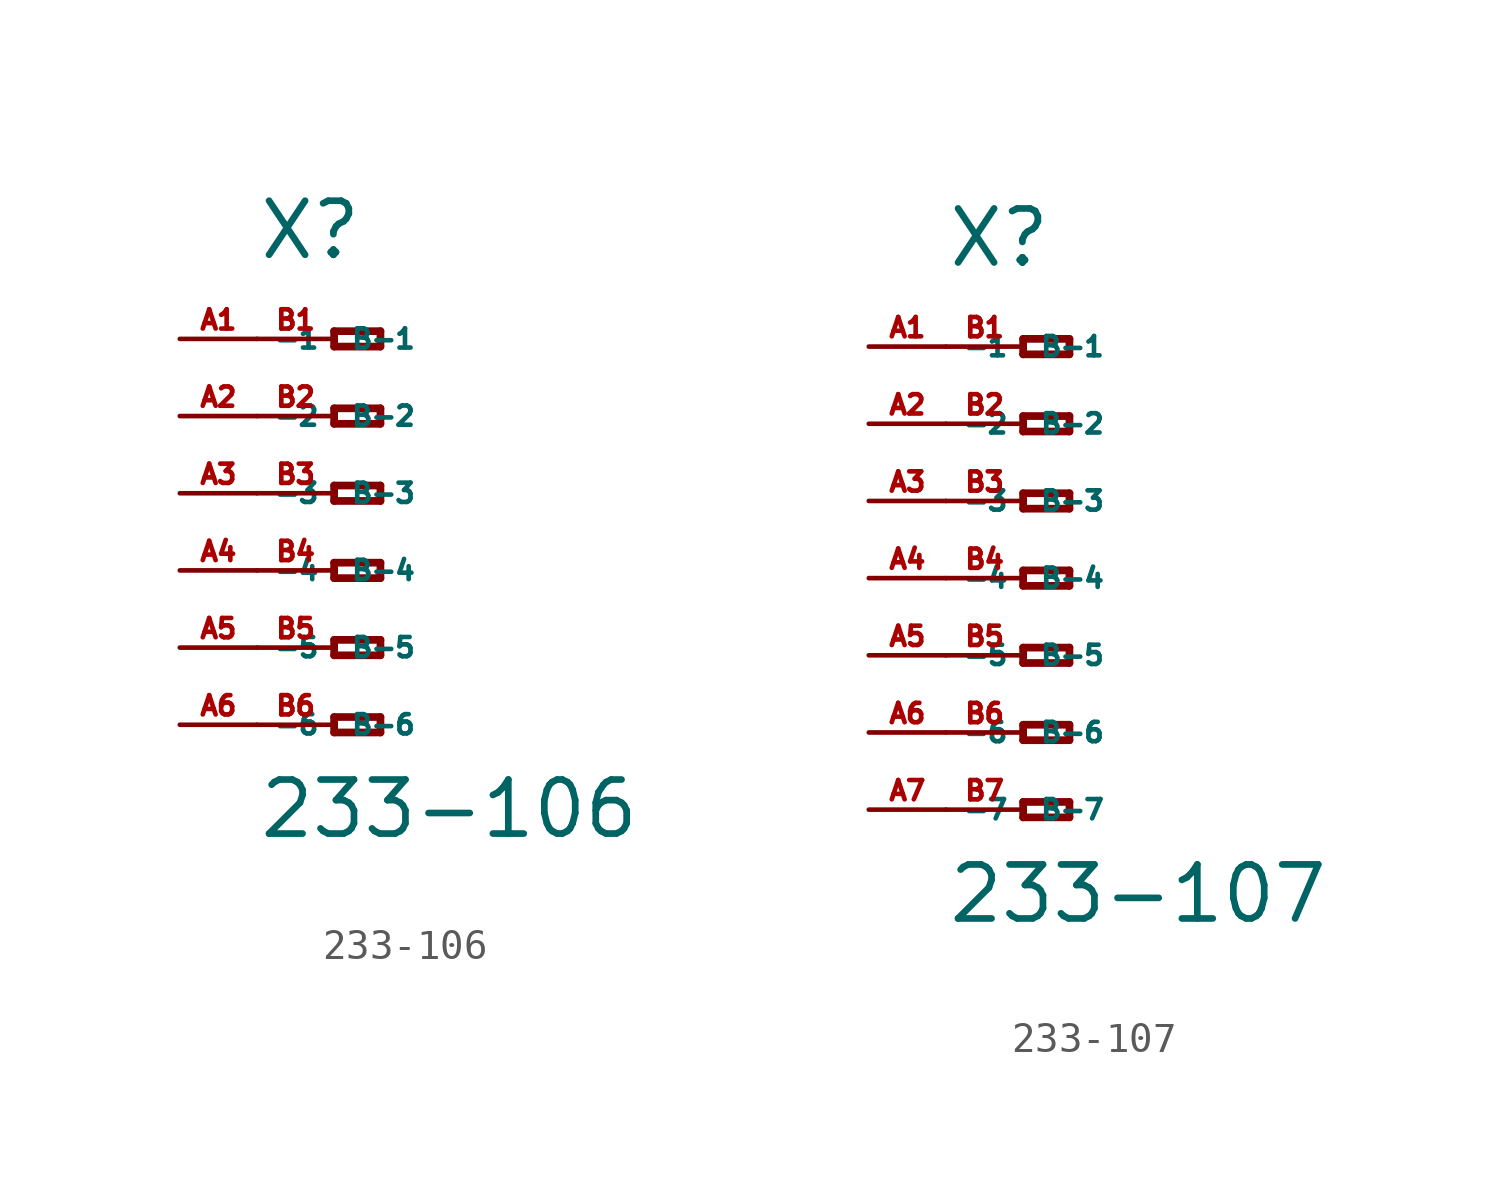
<source format=kicad_sym>
(kicad_symbol_lib
  (version 20220914)
  (generator Eagle2Kicad)
  (symbol "233-106"
    (property "Reference" "X"
      (at -5.08 7.62 0)
      (effects (font (size 1.778 1.778) (thickness 0.22)) (justify left bottom)))
    (property "Value" "233-106"
      (at -5.08 -11.43 0)
      (effects (font (size 1.778 1.778) (thickness 0.22)) (justify left bottom)))
    (polyline
      (pts (xy -2.54 5.334) (xy -2.54 4.826))
      (stroke (width 0.254) (type default))
      (fill (type none)))
    (polyline
      (pts (xy -2.54 4.826) (xy -1.016 4.826))
      (stroke (width 0.254) (type default))
      (fill (type none)))
    (polyline
      (pts (xy -1.016 4.826) (xy -1.016 5.334))
      (stroke (width 0.254) (type default))
      (fill (type none)))
    (polyline
      (pts (xy -1.016 5.334) (xy -2.54 5.334))
      (stroke (width 0.254) (type default))
      (fill (type none)))
    (polyline
      (pts (xy -2.54 2.794) (xy -2.54 2.286))
      (stroke (width 0.254) (type default))
      (fill (type none)))
    (polyline
      (pts (xy -2.54 2.286) (xy -1.016 2.286))
      (stroke (width 0.254) (type default))
      (fill (type none)))
    (polyline
      (pts (xy -1.016 2.286) (xy -1.016 2.794))
      (stroke (width 0.254) (type default))
      (fill (type none)))
    (polyline
      (pts (xy -1.016 2.794) (xy -2.54 2.794))
      (stroke (width 0.254) (type default))
      (fill (type none)))
    (polyline
      (pts (xy -2.54 0.254) (xy -2.54 -0.254))
      (stroke (width 0.254) (type default))
      (fill (type none)))
    (polyline
      (pts (xy -2.54 -0.254) (xy -1.016 -0.254))
      (stroke (width 0.254) (type default))
      (fill (type none)))
    (polyline
      (pts (xy -1.016 -0.254) (xy -1.016 0.254))
      (stroke (width 0.254) (type default))
      (fill (type none)))
    (polyline
      (pts (xy -1.016 0.254) (xy -2.54 0.254))
      (stroke (width 0.254) (type default))
      (fill (type none)))
    (polyline
      (pts (xy -2.54 -2.286) (xy -2.54 -2.794))
      (stroke (width 0.254) (type default))
      (fill (type none)))
    (polyline
      (pts (xy -2.54 -2.794) (xy -1.016 -2.794))
      (stroke (width 0.254) (type default))
      (fill (type none)))
    (polyline
      (pts (xy -1.016 -2.794) (xy -1.016 -2.286))
      (stroke (width 0.254) (type default))
      (fill (type none)))
    (polyline
      (pts (xy -1.016 -2.286) (xy -2.54 -2.286))
      (stroke (width 0.254) (type default))
      (fill (type none)))
    (polyline
      (pts (xy -2.54 -4.826) (xy -2.54 -5.334))
      (stroke (width 0.254) (type default))
      (fill (type none)))
    (polyline
      (pts (xy -2.54 -5.334) (xy -1.016 -5.334))
      (stroke (width 0.254) (type default))
      (fill (type none)))
    (polyline
      (pts (xy -1.016 -5.334) (xy -1.016 -4.826))
      (stroke (width 0.254) (type default))
      (fill (type none)))
    (polyline
      (pts (xy -1.016 -4.826) (xy -2.54 -4.826))
      (stroke (width 0.254) (type default))
      (fill (type none)))
    (polyline
      (pts (xy -2.54 -7.366) (xy -2.54 -7.874))
      (stroke (width 0.254) (type default))
      (fill (type none)))
    (polyline
      (pts (xy -2.54 -7.874) (xy -1.016 -7.874))
      (stroke (width 0.254) (type default))
      (fill (type none)))
    (polyline
      (pts (xy -1.016 -7.874) (xy -1.016 -7.366))
      (stroke (width 0.254) (type default))
      (fill (type none)))
    (polyline
      (pts (xy -1.016 -7.366) (xy -2.54 -7.366))
      (stroke (width 0.254) (type default))
      (fill (type none)))
    (pin passive line
      (at -7.62 5.08 0)
      (length 2.54)
      (name "-1" (effects (font (size 0.635 0.635) (thickness 0.08)) (justify left bottom)))
      (number "A1" (effects (font (size 0.635 0.635) (thickness 0.08)) (justify left bottom))))
    (pin passive line
      (at -7.62 2.54 0)
      (length 2.54)
      (name "-2" (effects (font (size 0.635 0.635) (thickness 0.08)) (justify left bottom)))
      (number "A2" (effects (font (size 0.635 0.635) (thickness 0.08)) (justify left bottom))))
    (pin passive line
      (at -7.62 0 0)
      (length 2.54)
      (name "-3" (effects (font (size 0.635 0.635) (thickness 0.08)) (justify left bottom)))
      (number "A3" (effects (font (size 0.635 0.635) (thickness 0.08)) (justify left bottom))))
    (pin passive line
      (at -7.62 -2.54 0)
      (length 2.54)
      (name "-4" (effects (font (size 0.635 0.635) (thickness 0.08)) (justify left bottom)))
      (number "A4" (effects (font (size 0.635 0.635) (thickness 0.08)) (justify left bottom))))
    (pin passive line
      (at -7.62 -5.08 0)
      (length 2.54)
      (name "-5" (effects (font (size 0.635 0.635) (thickness 0.08)) (justify left bottom)))
      (number "A5" (effects (font (size 0.635 0.635) (thickness 0.08)) (justify left bottom))))
    (pin passive line
      (at -7.62 -7.62 0)
      (length 2.54)
      (name "-6" (effects (font (size 0.635 0.635) (thickness 0.08)) (justify left bottom)))
      (number "A6" (effects (font (size 0.635 0.635) (thickness 0.08)) (justify left bottom))))
    (pin passive line
      (at -5.08 -7.62 0)
      (length 2.54)
      (name "B-6" (effects (font (size 0.635 0.635) (thickness 0.08)) (justify left bottom)))
      (number "B6" (effects (font (size 0.635 0.635) (thickness 0.08)) (justify left bottom))))
    (pin passive line
      (at -5.08 5.08 0)
      (length 2.54)
      (name "B-1" (effects (font (size 0.635 0.635) (thickness 0.08)) (justify left bottom)))
      (number "B1" (effects (font (size 0.635 0.635) (thickness 0.08)) (justify left bottom))))
    (pin passive line
      (at -5.08 2.54 0)
      (length 2.54)
      (name "B-2" (effects (font (size 0.635 0.635) (thickness 0.08)) (justify left bottom)))
      (number "B2" (effects (font (size 0.635 0.635) (thickness 0.08)) (justify left bottom))))
    (pin passive line
      (at -5.08 0 0)
      (length 2.54)
      (name "B-3" (effects (font (size 0.635 0.635) (thickness 0.08)) (justify left bottom)))
      (number "B3" (effects (font (size 0.635 0.635) (thickness 0.08)) (justify left bottom))))
    (pin passive line
      (at -5.08 -2.54 0)
      (length 2.54)
      (name "B-4" (effects (font (size 0.635 0.635) (thickness 0.08)) (justify left bottom)))
      (number "B4" (effects (font (size 0.635 0.635) (thickness 0.08)) (justify left bottom))))
    (pin passive line
      (at -5.08 -5.08 0)
      (length 2.54)
      (name "B-5" (effects (font (size 0.635 0.635) (thickness 0.08)) (justify left bottom)))
      (number "B5" (effects (font (size 0.635 0.635) (thickness 0.08)) (justify left bottom)))))
  (symbol "233-107"
    (property "Reference" "X"
      (at -5.08 10.16 0)
      (effects (font (size 1.778 1.778) (thickness 0.22)) (justify left bottom)))
    (property "Value" "233-107"
      (at -5.08 -11.43 0)
      (effects (font (size 1.778 1.778) (thickness 0.22)) (justify left bottom)))
    (polyline
      (pts (xy -2.54 7.874) (xy -2.54 7.366))
      (stroke (width 0.254) (type default))
      (fill (type none)))
    (polyline
      (pts (xy -2.54 7.366) (xy -1.016 7.366))
      (stroke (width 0.254) (type default))
      (fill (type none)))
    (polyline
      (pts (xy -1.016 7.366) (xy -1.016 7.874))
      (stroke (width 0.254) (type default))
      (fill (type none)))
    (polyline
      (pts (xy -1.016 7.874) (xy -2.54 7.874))
      (stroke (width 0.254) (type default))
      (fill (type none)))
    (polyline
      (pts (xy -2.54 5.334) (xy -2.54 4.826))
      (stroke (width 0.254) (type default))
      (fill (type none)))
    (polyline
      (pts (xy -2.54 4.826) (xy -1.016 4.826))
      (stroke (width 0.254) (type default))
      (fill (type none)))
    (polyline
      (pts (xy -1.016 4.826) (xy -1.016 5.334))
      (stroke (width 0.254) (type default))
      (fill (type none)))
    (polyline
      (pts (xy -1.016 5.334) (xy -2.54 5.334))
      (stroke (width 0.254) (type default))
      (fill (type none)))
    (polyline
      (pts (xy -2.54 2.794) (xy -2.54 2.286))
      (stroke (width 0.254) (type default))
      (fill (type none)))
    (polyline
      (pts (xy -2.54 2.286) (xy -1.016 2.286))
      (stroke (width 0.254) (type default))
      (fill (type none)))
    (polyline
      (pts (xy -1.016 2.286) (xy -1.016 2.794))
      (stroke (width 0.254) (type default))
      (fill (type none)))
    (polyline
      (pts (xy -1.016 2.794) (xy -2.54 2.794))
      (stroke (width 0.254) (type default))
      (fill (type none)))
    (polyline
      (pts (xy -2.54 0.254) (xy -2.54 -0.254))
      (stroke (width 0.254) (type default))
      (fill (type none)))
    (polyline
      (pts (xy -2.54 -0.254) (xy -1.016 -0.254))
      (stroke (width 0.254) (type default))
      (fill (type none)))
    (polyline
      (pts (xy -1.016 -0.254) (xy -1.016 0.254))
      (stroke (width 0.254) (type default))
      (fill (type none)))
    (polyline
      (pts (xy -1.016 0.254) (xy -2.54 0.254))
      (stroke (width 0.254) (type default))
      (fill (type none)))
    (polyline
      (pts (xy -2.54 -2.286) (xy -2.54 -2.794))
      (stroke (width 0.254) (type default))
      (fill (type none)))
    (polyline
      (pts (xy -2.54 -2.794) (xy -1.016 -2.794))
      (stroke (width 0.254) (type default))
      (fill (type none)))
    (polyline
      (pts (xy -1.016 -2.794) (xy -1.016 -2.286))
      (stroke (width 0.254) (type default))
      (fill (type none)))
    (polyline
      (pts (xy -1.016 -2.286) (xy -2.54 -2.286))
      (stroke (width 0.254) (type default))
      (fill (type none)))
    (polyline
      (pts (xy -2.54 -4.826) (xy -2.54 -5.334))
      (stroke (width 0.254) (type default))
      (fill (type none)))
    (polyline
      (pts (xy -2.54 -5.334) (xy -1.016 -5.334))
      (stroke (width 0.254) (type default))
      (fill (type none)))
    (polyline
      (pts (xy -1.016 -5.334) (xy -1.016 -4.826))
      (stroke (width 0.254) (type default))
      (fill (type none)))
    (polyline
      (pts (xy -1.016 -4.826) (xy -2.54 -4.826))
      (stroke (width 0.254) (type default))
      (fill (type none)))
    (polyline
      (pts (xy -2.54 -7.366) (xy -2.54 -7.874))
      (stroke (width 0.254) (type default))
      (fill (type none)))
    (polyline
      (pts (xy -2.54 -7.874) (xy -1.016 -7.874))
      (stroke (width 0.254) (type default))
      (fill (type none)))
    (polyline
      (pts (xy -1.016 -7.874) (xy -1.016 -7.366))
      (stroke (width 0.254) (type default))
      (fill (type none)))
    (polyline
      (pts (xy -1.016 -7.366) (xy -2.54 -7.366))
      (stroke (width 0.254) (type default))
      (fill (type none)))
    (pin passive line
      (at -7.62 7.62 0)
      (length 2.54)
      (name "-1" (effects (font (size 0.635 0.635) (thickness 0.08)) (justify left bottom)))
      (number "A1" (effects (font (size 0.635 0.635) (thickness 0.08)) (justify left bottom))))
    (pin passive line
      (at -7.62 5.08 0)
      (length 2.54)
      (name "-2" (effects (font (size 0.635 0.635) (thickness 0.08)) (justify left bottom)))
      (number "A2" (effects (font (size 0.635 0.635) (thickness 0.08)) (justify left bottom))))
    (pin passive line
      (at -7.62 2.54 0)
      (length 2.54)
      (name "-3" (effects (font (size 0.635 0.635) (thickness 0.08)) (justify left bottom)))
      (number "A3" (effects (font (size 0.635 0.635) (thickness 0.08)) (justify left bottom))))
    (pin passive line
      (at -7.62 0 0)
      (length 2.54)
      (name "-4" (effects (font (size 0.635 0.635) (thickness 0.08)) (justify left bottom)))
      (number "A4" (effects (font (size 0.635 0.635) (thickness 0.08)) (justify left bottom))))
    (pin passive line
      (at -7.62 -2.54 0)
      (length 2.54)
      (name "-5" (effects (font (size 0.635 0.635) (thickness 0.08)) (justify left bottom)))
      (number "A5" (effects (font (size 0.635 0.635) (thickness 0.08)) (justify left bottom))))
    (pin passive line
      (at -7.62 -5.08 0)
      (length 2.54)
      (name "-6" (effects (font (size 0.635 0.635) (thickness 0.08)) (justify left bottom)))
      (number "A6" (effects (font (size 0.635 0.635) (thickness 0.08)) (justify left bottom))))
    (pin passive line
      (at -7.62 -7.62 0)
      (length 2.54)
      (name "-7" (effects (font (size 0.635 0.635) (thickness 0.08)) (justify left bottom)))
      (number "A7" (effects (font (size 0.635 0.635) (thickness 0.08)) (justify left bottom))))
    (pin passive line
      (at -5.08 -7.62 0)
      (length 2.54)
      (name "B-7" (effects (font (size 0.635 0.635) (thickness 0.08)) (justify left bottom)))
      (number "B7" (effects (font (size 0.635 0.635) (thickness 0.08)) (justify left bottom))))
    (pin passive line
      (at -5.08 7.62 0)
      (length 2.54)
      (name "B-1" (effects (font (size 0.635 0.635) (thickness 0.08)) (justify left bottom)))
      (number "B1" (effects (font (size 0.635 0.635) (thickness 0.08)) (justify left bottom))))
    (pin passive line
      (at -5.08 5.08 0)
      (length 2.54)
      (name "B-2" (effects (font (size 0.635 0.635) (thickness 0.08)) (justify left bottom)))
      (number "B2" (effects (font (size 0.635 0.635) (thickness 0.08)) (justify left bottom))))
    (pin passive line
      (at -5.08 2.54 0)
      (length 2.54)
      (name "B-3" (effects (font (size 0.635 0.635) (thickness 0.08)) (justify left bottom)))
      (number "B3" (effects (font (size 0.635 0.635) (thickness 0.08)) (justify left bottom))))
    (pin passive line
      (at -5.08 0 0)
      (length 2.54)
      (name "B-4" (effects (font (size 0.635 0.635) (thickness 0.08)) (justify left bottom)))
      (number "B4" (effects (font (size 0.635 0.635) (thickness 0.08)) (justify left bottom))))
    (pin passive line
      (at -5.08 -2.54 0)
      (length 2.54)
      (name "B-5" (effects (font (size 0.635 0.635) (thickness 0.08)) (justify left bottom)))
      (number "B5" (effects (font (size 0.635 0.635) (thickness 0.08)) (justify left bottom))))
    (pin passive line
      (at -5.08 -5.08 0)
      (length 2.54)
      (name "B-6" (effects (font (size 0.635 0.635) (thickness 0.08)) (justify left bottom)))
      (number "B6" (effects (font (size 0.635 0.635) (thickness 0.08)) (justify left bottom))))))
</source>
